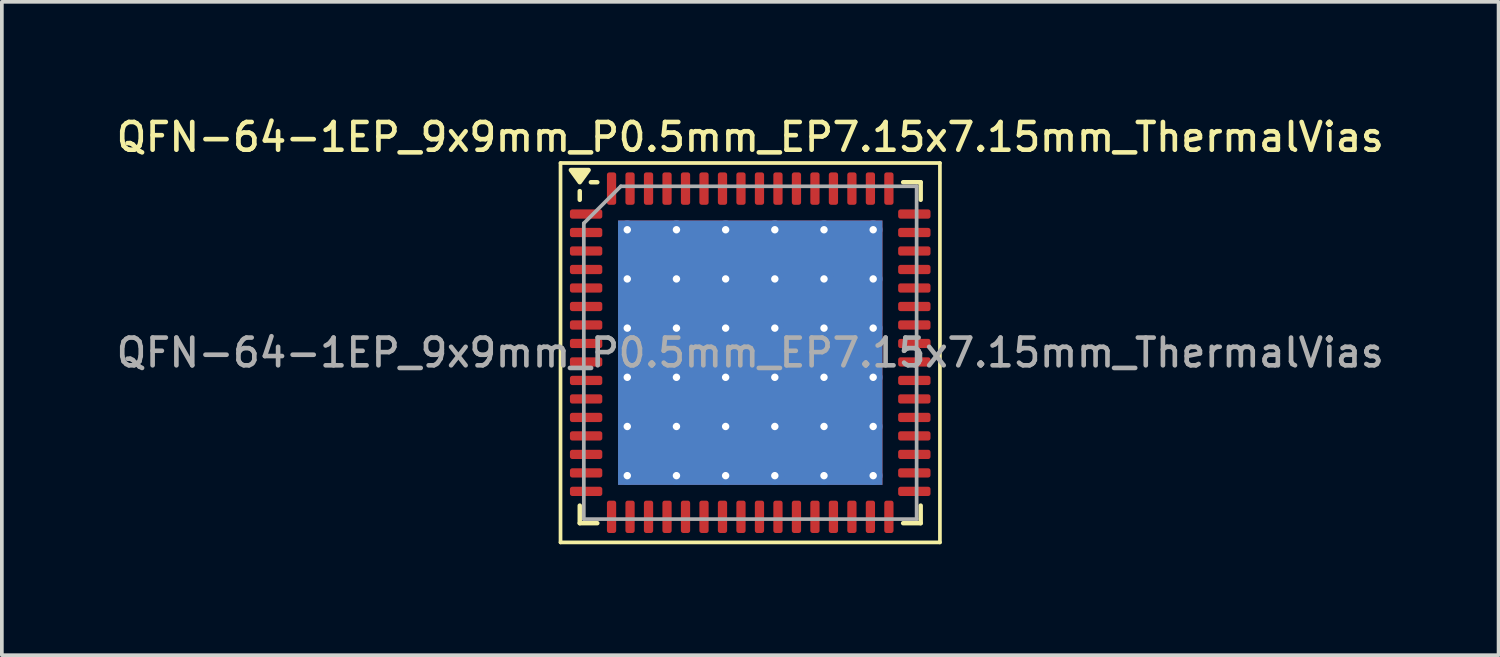
<source format=kicad_pcb>
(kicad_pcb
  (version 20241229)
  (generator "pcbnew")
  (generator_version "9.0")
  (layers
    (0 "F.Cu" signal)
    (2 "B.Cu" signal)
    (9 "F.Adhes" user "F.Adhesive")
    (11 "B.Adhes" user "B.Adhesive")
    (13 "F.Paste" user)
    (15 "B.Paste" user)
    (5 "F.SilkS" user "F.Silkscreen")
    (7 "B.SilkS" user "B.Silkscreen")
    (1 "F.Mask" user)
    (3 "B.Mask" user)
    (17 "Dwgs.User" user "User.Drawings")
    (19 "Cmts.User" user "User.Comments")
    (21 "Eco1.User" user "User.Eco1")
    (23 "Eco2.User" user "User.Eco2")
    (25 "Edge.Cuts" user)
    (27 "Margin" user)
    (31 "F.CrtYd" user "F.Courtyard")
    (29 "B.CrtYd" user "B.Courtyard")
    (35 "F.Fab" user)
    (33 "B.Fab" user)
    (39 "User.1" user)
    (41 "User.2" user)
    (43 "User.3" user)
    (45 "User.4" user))
  (footprint "QFN-64-1EP_9x9mm_P0.5mm_EP7.15x7.15mm_ThermalVias"
    (layer "F.Cu")
    (at 17.238 6.488)
    (property "Reference" "QFN-64-1EP_9x9mm_P0.5mm_EP7.15x7.15mm_ThermalVias" (at 0 -5.83 0) (layer "F.SilkS") (effects (font (size 0.75 0.75) (thickness 0.125))))
    (attr smd)
    (fp_line (start -5.13 -5.13) (end -5.13 5.13) (stroke (width 0.1) (type solid)) (layer "F.SilkS"))
    (fp_line (start -5.13 5.13) (end 5.13 5.13) (stroke (width 0.1) (type solid)) (layer "F.SilkS"))
    (fp_line (start -4.61 -4.135) (end -4.61 -4.37) (stroke (width 0.12) (type solid)) (layer "F.SilkS"))
    (fp_line (start -4.61 4.61) (end -4.61 4.135) (stroke (width 0.12) (type solid)) (layer "F.SilkS"))
    (fp_line (start -4.135 -4.61) (end -4.31 -4.61) (stroke (width 0.12) (type solid)) (layer "F.SilkS"))
    (fp_line (start -4.135 4.61) (end -4.61 4.61) (stroke (width 0.12) (type solid)) (layer "F.SilkS"))
    (fp_line (start 4.135 -4.61) (end 4.61 -4.61) (stroke (width 0.12) (type solid)) (layer "F.SilkS"))
    (fp_line (start 4.135 4.61) (end 4.61 4.61) (stroke (width 0.12) (type solid)) (layer "F.SilkS"))
    (fp_line (start 4.61 -4.61) (end 4.61 -4.135) (stroke (width 0.12) (type solid)) (layer "F.SilkS"))
    (fp_line (start 4.61 4.61) (end 4.61 4.135) (stroke (width 0.12) (type solid)) (layer "F.SilkS"))
    (fp_line (start 5.13 -5.13) (end -5.13 -5.13) (stroke (width 0.1) (type solid)) (layer "F.SilkS"))
    (fp_line (start 5.13 5.13) (end 5.13 -5.13) (stroke (width 0.1) (type solid)) (layer "F.SilkS"))
    (fp_poly (pts (xy -4.61 -4.61) (xy -4.85 -4.94) (xy -4.37 -4.94) (xy -4.61 -4.61)) (stroke (width 0.12) (type solid)) (fill yes) (layer "F.SilkS"))
    (fp_line (start -4.5 -3.5) (end -3.5 -4.5) (stroke (width 0.1) (type solid)) (layer "F.Fab"))
    (fp_line (start -4.5 4.5) (end -4.5 -3.5) (stroke (width 0.1) (type solid)) (layer "F.Fab"))
    (fp_line (start -3.5 -4.5) (end 4.5 -4.5) (stroke (width 0.1) (type solid)) (layer "F.Fab"))
    (fp_line (start 4.5 -4.5) (end 4.5 4.5) (stroke (width 0.1) (type solid)) (layer "F.Fab"))
    (fp_line (start 4.5 4.5) (end -4.5 4.5) (stroke (width 0.1) (type solid)) (layer "F.Fab"))
    (fp_text user "${REFERENCE}" (at 0 0 0) (layer "F.Fab") (effects (font (size 0.75 0.75) (thickness 0.125))))
    (pad "" smd roundrect (at -2.66 -2.66) (size 1.153 1.153) (layers "F.Paste") (roundrect_rratio 0.217))
    (pad "" smd roundrect (at -2.66 -1.33) (size 1.153 1.153) (layers "F.Paste") (roundrect_rratio 0.217))
    (pad "" smd roundrect (at -2.66 0) (size 1.153 1.153) (layers "F.Paste") (roundrect_rratio 0.217))
    (pad "" smd roundrect (at -2.66 1.33) (size 1.153 1.153) (layers "F.Paste") (roundrect_rratio 0.217))
    (pad "" smd roundrect (at -2.66 2.66) (size 1.153 1.153) (layers "F.Paste") (roundrect_rratio 0.217))
    (pad "" smd roundrect (at -1.33 -2.66) (size 1.153 1.153) (layers "F.Paste") (roundrect_rratio 0.217))
    (pad "" smd roundrect (at -1.33 -1.33) (size 1.153 1.153) (layers "F.Paste") (roundrect_rratio 0.217))
    (pad "" smd roundrect (at -1.33 0) (size 1.153 1.153) (layers "F.Paste") (roundrect_rratio 0.217))
    (pad "" smd roundrect (at -1.33 1.33) (size 1.153 1.153) (layers "F.Paste") (roundrect_rratio 0.217))
    (pad "" smd roundrect (at -1.33 2.66) (size 1.153 1.153) (layers "F.Paste") (roundrect_rratio 0.217))
    (pad "" smd roundrect (at 0 -2.66) (size 1.153 1.153) (layers "F.Paste") (roundrect_rratio 0.217))
    (pad "" smd roundrect (at 0 -1.33) (size 1.153 1.153) (layers "F.Paste") (roundrect_rratio 0.217))
    (pad "" smd roundrect (at 0 0) (size 1.153 1.153) (layers "F.Paste") (roundrect_rratio 0.217))
    (pad "" smd roundrect (at 0 1.33) (size 1.153 1.153) (layers "F.Paste") (roundrect_rratio 0.217))
    (pad "" smd roundrect (at 0 2.66) (size 1.153 1.153) (layers "F.Paste") (roundrect_rratio 0.217))
    (pad "" smd roundrect (at 1.33 -2.66) (size 1.153 1.153) (layers "F.Paste") (roundrect_rratio 0.217))
    (pad "" smd roundrect (at 1.33 -1.33) (size 1.153 1.153) (layers "F.Paste") (roundrect_rratio 0.217))
    (pad "" smd roundrect (at 1.33 0) (size 1.153 1.153) (layers "F.Paste") (roundrect_rratio 0.217))
    (pad "" smd roundrect (at 1.33 1.33) (size 1.153 1.153) (layers "F.Paste") (roundrect_rratio 0.217))
    (pad "" smd roundrect (at 1.33 2.66) (size 1.153 1.153) (layers "F.Paste") (roundrect_rratio 0.217))
    (pad "" smd roundrect (at 2.66 -2.66) (size 1.153 1.153) (layers "F.Paste") (roundrect_rratio 0.217))
    (pad "" smd roundrect (at 2.66 -1.33) (size 1.153 1.153) (layers "F.Paste") (roundrect_rratio 0.217))
    (pad "" smd roundrect (at 2.66 0) (size 1.153 1.153) (layers "F.Paste") (roundrect_rratio 0.217))
    (pad "" smd roundrect (at 2.66 1.33) (size 1.153 1.153) (layers "F.Paste") (roundrect_rratio 0.217))
    (pad "" smd roundrect (at 2.66 2.66) (size 1.153 1.153) (layers "F.Paste") (roundrect_rratio 0.217))
    (pad "1" smd roundrect (at -4.438 -3.75) (size 0.875 0.25) (layers "F.Cu" "F.Mask" "F.Paste") (roundrect_rratio 0.25))
    (pad "2" smd roundrect (at -4.438 -3.25) (size 0.875 0.25) (layers "F.Cu" "F.Mask" "F.Paste") (roundrect_rratio 0.25))
    (pad "3" smd roundrect (at -4.438 -2.75) (size 0.875 0.25) (layers "F.Cu" "F.Mask" "F.Paste") (roundrect_rratio 0.25))
    (pad "4" smd roundrect (at -4.438 -2.25) (size 0.875 0.25) (layers "F.Cu" "F.Mask" "F.Paste") (roundrect_rratio 0.25))
    (pad "5" smd roundrect (at -4.438 -1.75) (size 0.875 0.25) (layers "F.Cu" "F.Mask" "F.Paste") (roundrect_rratio 0.25))
    (pad "6" smd roundrect (at -4.438 -1.25) (size 0.875 0.25) (layers "F.Cu" "F.Mask" "F.Paste") (roundrect_rratio 0.25))
    (pad "7" smd roundrect (at -4.438 -0.75) (size 0.875 0.25) (layers "F.Cu" "F.Mask" "F.Paste") (roundrect_rratio 0.25))
    (pad "8" smd roundrect (at -4.438 -0.25) (size 0.875 0.25) (layers "F.Cu" "F.Mask" "F.Paste") (roundrect_rratio 0.25))
    (pad "9" smd roundrect (at -4.438 0.25) (size 0.875 0.25) (layers "F.Cu" "F.Mask" "F.Paste") (roundrect_rratio 0.25))
    (pad "10" smd roundrect (at -4.438 0.75) (size 0.875 0.25) (layers "F.Cu" "F.Mask" "F.Paste") (roundrect_rratio 0.25))
    (pad "11" smd roundrect (at -4.438 1.25) (size 0.875 0.25) (layers "F.Cu" "F.Mask" "F.Paste") (roundrect_rratio 0.25))
    (pad "12" smd roundrect (at -4.438 1.75) (size 0.875 0.25) (layers "F.Cu" "F.Mask" "F.Paste") (roundrect_rratio 0.25))
    (pad "13" smd roundrect (at -4.438 2.25) (size 0.875 0.25) (layers "F.Cu" "F.Mask" "F.Paste") (roundrect_rratio 0.25))
    (pad "14" smd roundrect (at -4.438 2.75) (size 0.875 0.25) (layers "F.Cu" "F.Mask" "F.Paste") (roundrect_rratio 0.25))
    (pad "15" smd roundrect (at -4.438 3.25) (size 0.875 0.25) (layers "F.Cu" "F.Mask" "F.Paste") (roundrect_rratio 0.25))
    (pad "16" smd roundrect (at -4.438 3.75) (size 0.875 0.25) (layers "F.Cu" "F.Mask" "F.Paste") (roundrect_rratio 0.25))
    (pad "17" smd roundrect (at -3.75 4.438) (size 0.25 0.875) (layers "F.Cu" "F.Mask" "F.Paste") (roundrect_rratio 0.25))
    (pad "18" smd roundrect (at -3.25 4.438) (size 0.25 0.875) (layers "F.Cu" "F.Mask" "F.Paste") (roundrect_rratio 0.25))
    (pad "19" smd roundrect (at -2.75 4.438) (size 0.25 0.875) (layers "F.Cu" "F.Mask" "F.Paste") (roundrect_rratio 0.25))
    (pad "20" smd roundrect (at -2.25 4.438) (size 0.25 0.875) (layers "F.Cu" "F.Mask" "F.Paste") (roundrect_rratio 0.25))
    (pad "21" smd roundrect (at -1.75 4.438) (size 0.25 0.875) (layers "F.Cu" "F.Mask" "F.Paste") (roundrect_rratio 0.25))
    (pad "22" smd roundrect (at -1.25 4.438) (size 0.25 0.875) (layers "F.Cu" "F.Mask" "F.Paste") (roundrect_rratio 0.25))
    (pad "23" smd roundrect (at -0.75 4.438) (size 0.25 0.875) (layers "F.Cu" "F.Mask" "F.Paste") (roundrect_rratio 0.25))
    (pad "24" smd roundrect (at -0.25 4.438) (size 0.25 0.875) (layers "F.Cu" "F.Mask" "F.Paste") (roundrect_rratio 0.25))
    (pad "25" smd roundrect (at 0.25 4.438) (size 0.25 0.875) (layers "F.Cu" "F.Mask" "F.Paste") (roundrect_rratio 0.25))
    (pad "26" smd roundrect (at 0.75 4.438) (size 0.25 0.875) (layers "F.Cu" "F.Mask" "F.Paste") (roundrect_rratio 0.25))
    (pad "27" smd roundrect (at 1.25 4.438) (size 0.25 0.875) (layers "F.Cu" "F.Mask" "F.Paste") (roundrect_rratio 0.25))
    (pad "28" smd roundrect (at 1.75 4.438) (size 0.25 0.875) (layers "F.Cu" "F.Mask" "F.Paste") (roundrect_rratio 0.25))
    (pad "29" smd roundrect (at 2.25 4.438) (size 0.25 0.875) (layers "F.Cu" "F.Mask" "F.Paste") (roundrect_rratio 0.25))
    (pad "30" smd roundrect (at 2.75 4.438) (size 0.25 0.875) (layers "F.Cu" "F.Mask" "F.Paste") (roundrect_rratio 0.25))
    (pad "31" smd roundrect (at 3.25 4.438) (size 0.25 0.875) (layers "F.Cu" "F.Mask" "F.Paste") (roundrect_rratio 0.25))
    (pad "32" smd roundrect (at 3.75 4.438) (size 0.25 0.875) (layers "F.Cu" "F.Mask" "F.Paste") (roundrect_rratio 0.25))
    (pad "33" smd roundrect (at 4.438 3.75) (size 0.875 0.25) (layers "F.Cu" "F.Mask" "F.Paste") (roundrect_rratio 0.25))
    (pad "34" smd roundrect (at 4.438 3.25) (size 0.875 0.25) (layers "F.Cu" "F.Mask" "F.Paste") (roundrect_rratio 0.25))
    (pad "35" smd roundrect (at 4.438 2.75) (size 0.875 0.25) (layers "F.Cu" "F.Mask" "F.Paste") (roundrect_rratio 0.25))
    (pad "36" smd roundrect (at 4.438 2.25) (size 0.875 0.25) (layers "F.Cu" "F.Mask" "F.Paste") (roundrect_rratio 0.25))
    (pad "37" smd roundrect (at 4.438 1.75) (size 0.875 0.25) (layers "F.Cu" "F.Mask" "F.Paste") (roundrect_rratio 0.25))
    (pad "38" smd roundrect (at 4.438 1.25) (size 0.875 0.25) (layers "F.Cu" "F.Mask" "F.Paste") (roundrect_rratio 0.25))
    (pad "39" smd roundrect (at 4.438 0.75) (size 0.875 0.25) (layers "F.Cu" "F.Mask" "F.Paste") (roundrect_rratio 0.25))
    (pad "40" smd roundrect (at 4.438 0.25) (size 0.875 0.25) (layers "F.Cu" "F.Mask" "F.Paste") (roundrect_rratio 0.25))
    (pad "41" smd roundrect (at 4.438 -0.25) (size 0.875 0.25) (layers "F.Cu" "F.Mask" "F.Paste") (roundrect_rratio 0.25))
    (pad "42" smd roundrect (at 4.438 -0.75) (size 0.875 0.25) (layers "F.Cu" "F.Mask" "F.Paste") (roundrect_rratio 0.25))
    (pad "43" smd roundrect (at 4.438 -1.25) (size 0.875 0.25) (layers "F.Cu" "F.Mask" "F.Paste") (roundrect_rratio 0.25))
    (pad "44" smd roundrect (at 4.438 -1.75) (size 0.875 0.25) (layers "F.Cu" "F.Mask" "F.Paste") (roundrect_rratio 0.25))
    (pad "45" smd roundrect (at 4.438 -2.25) (size 0.875 0.25) (layers "F.Cu" "F.Mask" "F.Paste") (roundrect_rratio 0.25))
    (pad "46" smd roundrect (at 4.438 -2.75) (size 0.875 0.25) (layers "F.Cu" "F.Mask" "F.Paste") (roundrect_rratio 0.25))
    (pad "47" smd roundrect (at 4.438 -3.25) (size 0.875 0.25) (layers "F.Cu" "F.Mask" "F.Paste") (roundrect_rratio 0.25))
    (pad "48" smd roundrect (at 4.438 -3.75) (size 0.875 0.25) (layers "F.Cu" "F.Mask" "F.Paste") (roundrect_rratio 0.25))
    (pad "49" smd roundrect (at 3.75 -4.438) (size 0.25 0.875) (layers "F.Cu" "F.Mask" "F.Paste") (roundrect_rratio 0.25))
    (pad "50" smd roundrect (at 3.25 -4.438) (size 0.25 0.875) (layers "F.Cu" "F.Mask" "F.Paste") (roundrect_rratio 0.25))
    (pad "51" smd roundrect (at 2.75 -4.438) (size 0.25 0.875) (layers "F.Cu" "F.Mask" "F.Paste") (roundrect_rratio 0.25))
    (pad "52" smd roundrect (at 2.25 -4.438) (size 0.25 0.875) (layers "F.Cu" "F.Mask" "F.Paste") (roundrect_rratio 0.25))
    (pad "53" smd roundrect (at 1.75 -4.438) (size 0.25 0.875) (layers "F.Cu" "F.Mask" "F.Paste") (roundrect_rratio 0.25))
    (pad "54" smd roundrect (at 1.25 -4.438) (size 0.25 0.875) (layers "F.Cu" "F.Mask" "F.Paste") (roundrect_rratio 0.25))
    (pad "55" smd roundrect (at 0.75 -4.438) (size 0.25 0.875) (layers "F.Cu" "F.Mask" "F.Paste") (roundrect_rratio 0.25))
    (pad "56" smd roundrect (at 0.25 -4.438) (size 0.25 0.875) (layers "F.Cu" "F.Mask" "F.Paste") (roundrect_rratio 0.25))
    (pad "57" smd roundrect (at -0.25 -4.438) (size 0.25 0.875) (layers "F.Cu" "F.Mask" "F.Paste") (roundrect_rratio 0.25))
    (pad "58" smd roundrect (at -0.75 -4.438) (size 0.25 0.875) (layers "F.Cu" "F.Mask" "F.Paste") (roundrect_rratio 0.25))
    (pad "59" smd roundrect (at -1.25 -4.438) (size 0.25 0.875) (layers "F.Cu" "F.Mask" "F.Paste") (roundrect_rratio 0.25))
    (pad "60" smd roundrect (at -1.75 -4.438) (size 0.25 0.875) (layers "F.Cu" "F.Mask" "F.Paste") (roundrect_rratio 0.25))
    (pad "61" smd roundrect (at -2.25 -4.438) (size 0.25 0.875) (layers "F.Cu" "F.Mask" "F.Paste") (roundrect_rratio 0.25))
    (pad "62" smd roundrect (at -2.75 -4.438) (size 0.25 0.875) (layers "F.Cu" "F.Mask" "F.Paste") (roundrect_rratio 0.25))
    (pad "63" smd roundrect (at -3.25 -4.438) (size 0.25 0.875) (layers "F.Cu" "F.Mask" "F.Paste") (roundrect_rratio 0.25))
    (pad "64" smd roundrect (at -3.75 -4.438) (size 0.25 0.875) (layers "F.Cu" "F.Mask" "F.Paste") (roundrect_rratio 0.25))
    (pad "65" thru_hole circle (at -3.325 -3.325) (size 0.5 0.5) (drill 0.2) (property pad_prop_heatsink) (layers "*.Cu"))
    (pad "65" thru_hole circle (at -3.325 -1.995) (size 0.5 0.5) (drill 0.2) (property pad_prop_heatsink) (layers "*.Cu"))
    (pad "65" thru_hole circle (at -3.325 -0.665) (size 0.5 0.5) (drill 0.2) (property pad_prop_heatsink) (layers "*.Cu"))
    (pad "65" thru_hole circle (at -3.325 0.665) (size 0.5 0.5) (drill 0.2) (property pad_prop_heatsink) (layers "*.Cu"))
    (pad "65" thru_hole circle (at -3.325 1.995) (size 0.5 0.5) (drill 0.2) (property pad_prop_heatsink) (layers "*.Cu"))
    (pad "65" thru_hole circle (at -3.325 3.325) (size 0.5 0.5) (drill 0.2) (property pad_prop_heatsink) (layers "*.Cu"))
    (pad "65" thru_hole circle (at -1.995 -3.325) (size 0.5 0.5) (drill 0.2) (property pad_prop_heatsink) (layers "*.Cu"))
    (pad "65" thru_hole circle (at -1.995 -1.995) (size 0.5 0.5) (drill 0.2) (property pad_prop_heatsink) (layers "*.Cu"))
    (pad "65" thru_hole circle (at -1.995 -0.665) (size 0.5 0.5) (drill 0.2) (property pad_prop_heatsink) (layers "*.Cu"))
    (pad "65" thru_hole circle (at -1.995 0.665) (size 0.5 0.5) (drill 0.2) (property pad_prop_heatsink) (layers "*.Cu"))
    (pad "65" thru_hole circle (at -1.995 1.995) (size 0.5 0.5) (drill 0.2) (property pad_prop_heatsink) (layers "*.Cu"))
    (pad "65" thru_hole circle (at -1.995 3.325) (size 0.5 0.5) (drill 0.2) (property pad_prop_heatsink) (layers "*.Cu"))
    (pad "65" thru_hole circle (at -0.665 -3.325) (size 0.5 0.5) (drill 0.2) (property pad_prop_heatsink) (layers "*.Cu"))
    (pad "65" thru_hole circle (at -0.665 -1.995) (size 0.5 0.5) (drill 0.2) (property pad_prop_heatsink) (layers "*.Cu"))
    (pad "65" thru_hole circle (at -0.665 -0.665) (size 0.5 0.5) (drill 0.2) (property pad_prop_heatsink) (layers "*.Cu"))
    (pad "65" thru_hole circle (at -0.665 0.665) (size 0.5 0.5) (drill 0.2) (property pad_prop_heatsink) (layers "*.Cu"))
    (pad "65" thru_hole circle (at -0.665 1.995) (size 0.5 0.5) (drill 0.2) (property pad_prop_heatsink) (layers "*.Cu"))
    (pad "65" thru_hole circle (at -0.665 3.325) (size 0.5 0.5) (drill 0.2) (property pad_prop_heatsink) (layers "*.Cu"))
    (pad "65" smd rect (at 0 0) (size 7.15 7.15) (property pad_prop_heatsink) (layers "F.Cu" "F.Mask"))
    (pad "65" smd rect (at 0 0) (size 7.15 7.15) (property pad_prop_heatsink) (layers "B.Cu"))
    (pad "65" thru_hole circle (at 0.665 -3.325) (size 0.5 0.5) (drill 0.2) (property pad_prop_heatsink) (layers "*.Cu"))
    (pad "65" thru_hole circle (at 0.665 -1.995) (size 0.5 0.5) (drill 0.2) (property pad_prop_heatsink) (layers "*.Cu"))
    (pad "65" thru_hole circle (at 0.665 -0.665) (size 0.5 0.5) (drill 0.2) (property pad_prop_heatsink) (layers "*.Cu"))
    (pad "65" thru_hole circle (at 0.665 0.665) (size 0.5 0.5) (drill 0.2) (property pad_prop_heatsink) (layers "*.Cu"))
    (pad "65" thru_hole circle (at 0.665 1.995) (size 0.5 0.5) (drill 0.2) (property pad_prop_heatsink) (layers "*.Cu"))
    (pad "65" thru_hole circle (at 0.665 3.325) (size 0.5 0.5) (drill 0.2) (property pad_prop_heatsink) (layers "*.Cu"))
    (pad "65" thru_hole circle (at 1.995 -3.325) (size 0.5 0.5) (drill 0.2) (property pad_prop_heatsink) (layers "*.Cu"))
    (pad "65" thru_hole circle (at 1.995 -1.995) (size 0.5 0.5) (drill 0.2) (property pad_prop_heatsink) (layers "*.Cu"))
    (pad "65" thru_hole circle (at 1.995 -0.665) (size 0.5 0.5) (drill 0.2) (property pad_prop_heatsink) (layers "*.Cu"))
    (pad "65" thru_hole circle (at 1.995 0.665) (size 0.5 0.5) (drill 0.2) (property pad_prop_heatsink) (layers "*.Cu"))
    (pad "65" thru_hole circle (at 1.995 1.995) (size 0.5 0.5) (drill 0.2) (property pad_prop_heatsink) (layers "*.Cu"))
    (pad "65" thru_hole circle (at 1.995 3.325) (size 0.5 0.5) (drill 0.2) (property pad_prop_heatsink) (layers "*.Cu"))
    (pad "65" thru_hole circle (at 3.325 -3.325) (size 0.5 0.5) (drill 0.2) (property pad_prop_heatsink) (layers "*.Cu"))
    (pad "65" thru_hole circle (at 3.325 -1.995) (size 0.5 0.5) (drill 0.2) (property pad_prop_heatsink) (layers "*.Cu"))
    (pad "65" thru_hole circle (at 3.325 -0.665) (size 0.5 0.5) (drill 0.2) (property pad_prop_heatsink) (layers "*.Cu"))
    (pad "65" thru_hole circle (at 3.325 0.665) (size 0.5 0.5) (drill 0.2) (property pad_prop_heatsink) (layers "*.Cu"))
    (pad "65" thru_hole circle (at 3.325 1.995) (size 0.5 0.5) (drill 0.2) (property pad_prop_heatsink) (layers "*.Cu"))
    (pad "65" thru_hole circle (at 3.325 3.325) (size 0.5 0.5) (drill 0.2) (property pad_prop_heatsink) (layers "*.Cu")))
  (gr_rect
    (start -3 -3)
    (end 37.475 14.668)
    (stroke (width 0.1) (type default))
    (fill no)
    (layer "Edge.Cuts")))
</source>
